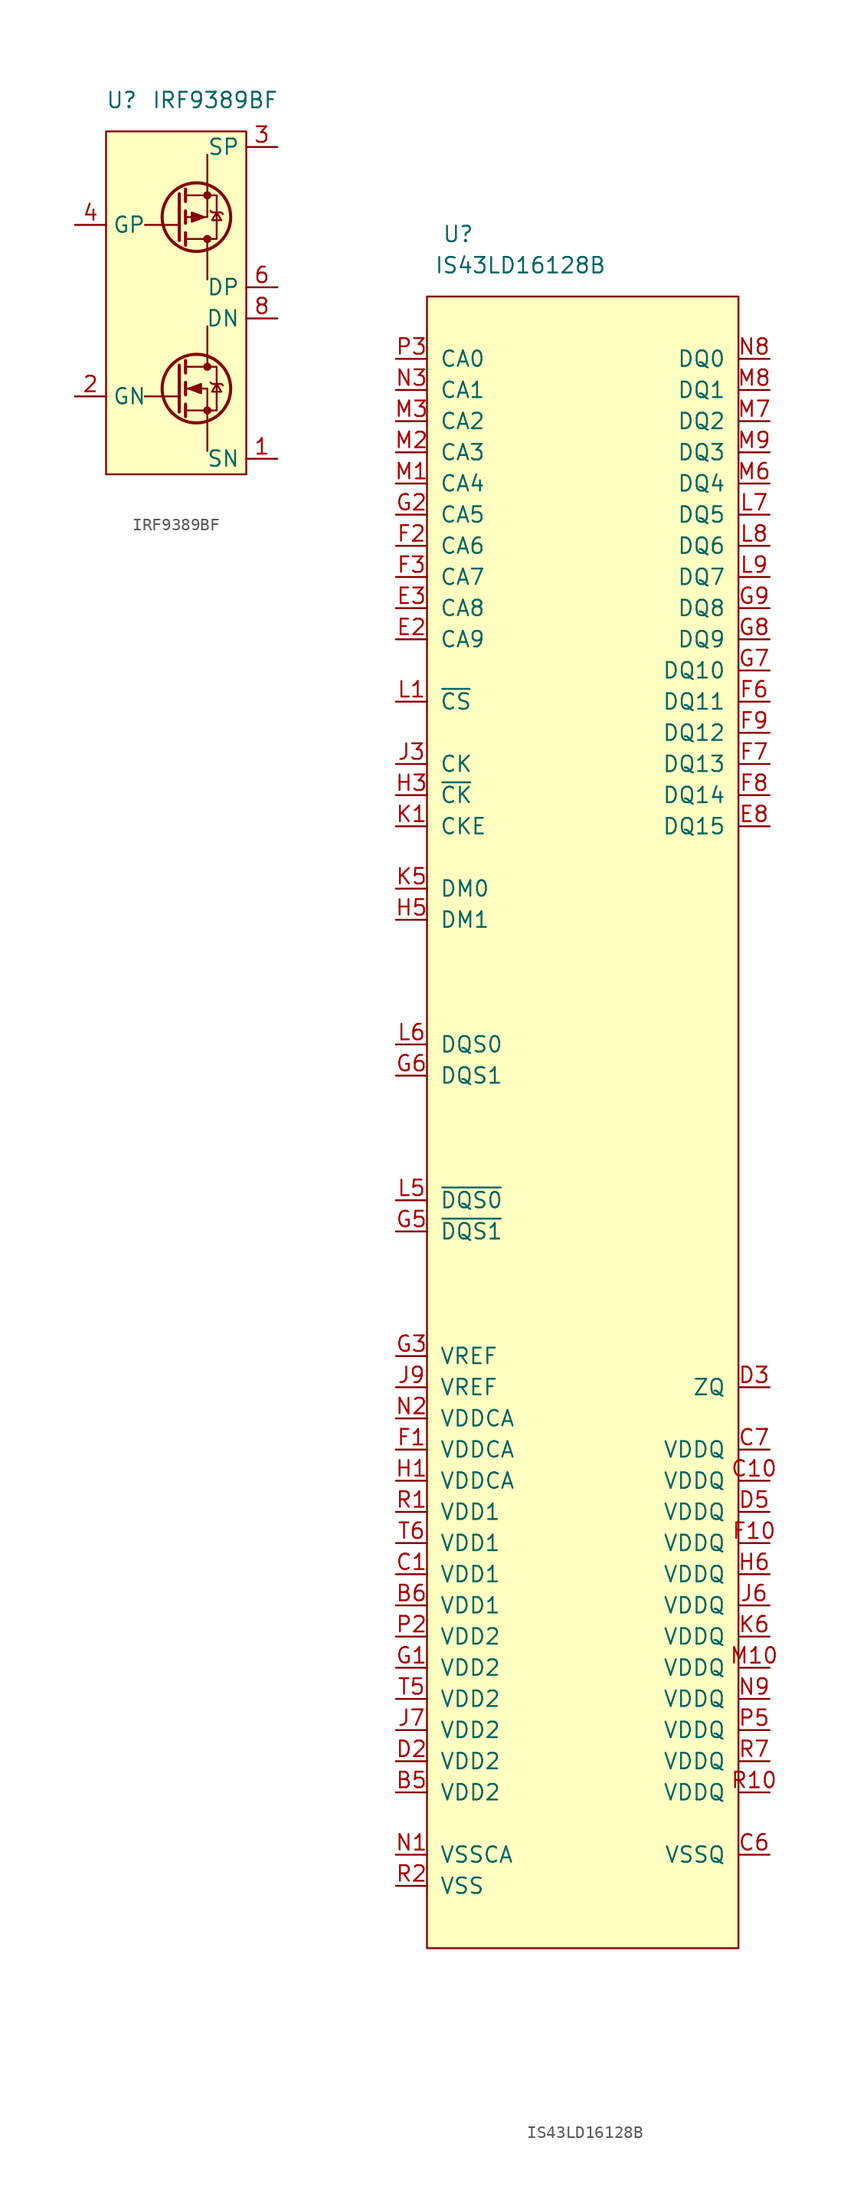
<source format=kicad_sym>
(kicad_symbol_lib
  (version 20231120)
  (generator "kicad_symbol_editor")
  (generator_version "8.0")
  (symbol "IRF9389BF"
    (property "Reference" "U"
      (at 1.27 1.27 0)
      (effects (font (size 1.27 1.27))))
    (property "Value" "IRF9389BF"
      (at 8.89 1.27 0)
      (effects (font (size 1.27 1.27))))
    (symbol "IRF9389BF_0_1"
      (rectangle (start 0 -1.27) (end 11.43 -29.21) (stroke (width 0) (type default)) (fill (type background)))
      (polyline (pts (xy 3.15 -22.86) (xy 5.817 -22.86)) (stroke (width 0) (type default)) (fill (type none)))
      (polyline (pts (xy 3.175 -8.89) (xy 5.842 -8.89)) (stroke (width 0) (type default)) (fill (type none)))
      (polyline (pts (xy 5.969 -20.32) (xy 5.969 -24.13)) (stroke (width 0.254) (type default)) (fill (type none)))
      (polyline (pts (xy 5.969 -10.16) (xy 5.969 -6.35)) (stroke (width 0.254) (type default)) (fill (type none)))
      (polyline (pts (xy 6.477 -23.495) (xy 6.477 -24.511)) (stroke (width 0.254) (type default)) (fill (type none)))
      (polyline (pts (xy 6.477 -21.717) (xy 6.477 -22.733)) (stroke (width 0.254) (type default)) (fill (type none)))
      (polyline (pts (xy 6.477 -19.939) (xy 6.477 -20.955)) (stroke (width 0.254) (type default)) (fill (type none)))
      (polyline (pts (xy 6.477 -10.541) (xy 6.477 -9.525)) (stroke (width 0.254) (type default)) (fill (type none)))
      (polyline (pts (xy 6.477 -8.763) (xy 6.477 -7.747)) (stroke (width 0.254) (type default)) (fill (type none)))
      (polyline (pts (xy 6.477 -6.985) (xy 6.477 -5.969)) (stroke (width 0.254) (type default)) (fill (type none)))
      (polyline (pts (xy 8.255 -24.765) (xy 8.255 -27.305)) (stroke (width 0) (type default)) (fill (type none)))
      (polyline (pts (xy 8.255 -19.685) (xy 8.255 -20.447)) (stroke (width 0) (type default)) (fill (type none)))
      (polyline (pts (xy 8.255 -19.685) (xy 8.255 -17.145)) (stroke (width 0) (type default)) (fill (type none)))
      (polyline (pts (xy 8.255 -10.795) (xy 8.255 -13.335)) (stroke (width 0) (type default)) (fill (type none)))
      (polyline (pts (xy 8.255 -10.795) (xy 8.255 -10.033)) (stroke (width 0) (type default)) (fill (type none)))
      (polyline (pts (xy 8.255 -5.715) (xy 8.255 -3.175)) (stroke (width 0) (type default)) (fill (type none)))
      (polyline (pts (xy 8.255 -24.765) (xy 8.255 -22.225) (xy 6.477 -22.225)) (stroke (width 0) (type default)) (fill (type none)))
      (polyline (pts (xy 8.255 -5.715) (xy 8.255 -8.255) (xy 6.477 -8.255)) (stroke (width 0) (type default)) (fill (type none)))
      (polyline (pts (xy 6.477 -24.003) (xy 9.017 -24.003) (xy 9.017 -20.447) (xy 6.477 -20.447)) (stroke (width 0) (type default)) (fill (type none)))
      (polyline (pts (xy 6.477 -10.033) (xy 9.017 -10.033) (xy 9.017 -6.477) (xy 6.477 -6.477)) (stroke (width 0) (type default)) (fill (type none)))
      (polyline (pts (xy 6.731 -22.225) (xy 7.747 -21.844) (xy 7.747 -22.606) (xy 6.731 -22.225)) (stroke (width 0) (type default)) (fill (type outline)))
      (polyline (pts (xy 8.001 -8.255) (xy 6.985 -8.636) (xy 6.985 -7.874) (xy 8.001 -8.255)) (stroke (width 0) (type default)) (fill (type outline)))
      (polyline (pts (xy 8.509 -21.717) (xy 8.636 -21.844) (xy 9.398 -21.844) (xy 9.525 -21.971)) (stroke (width 0) (type default)) (fill (type none)))
      (polyline (pts (xy 8.509 -7.747) (xy 8.636 -7.874) (xy 9.398 -7.874) (xy 9.525 -8.001)) (stroke (width 0) (type default)) (fill (type none)))
      (polyline (pts (xy 9.017 -21.844) (xy 8.636 -22.479) (xy 9.398 -22.479) (xy 9.017 -21.844)) (stroke (width 0) (type default)) (fill (type none)))
      (polyline (pts (xy 9.017 -7.874) (xy 8.636 -8.509) (xy 9.398 -8.509) (xy 9.017 -7.874)) (stroke (width 0) (type default)) (fill (type none)))
      (circle (center 7.366 -22.225) (radius 2.794) (stroke (width 0.254) (type default)) (fill (type none)))
      (circle (center 7.366 -8.255) (radius 2.794) (stroke (width 0.254) (type default)) (fill (type none)))
      (circle (center 8.255 -24.003) (radius 0.254) (stroke (width 0) (type default)) (fill (type outline)))
      (circle (center 8.255 -20.447) (radius 0.254) (stroke (width 0) (type default)) (fill (type outline)))
      (circle (center 8.255 -10.033) (radius 0.254) (stroke (width 0) (type default)) (fill (type outline)))
      (circle (center 8.255 -6.477) (radius 0.254) (stroke (width 0) (type default)) (fill (type outline))))
    (symbol "IRF9389BF_1_1"
      (pin bidirectional line (at 13.97 -27.94 180) (length 2.54) (name "SN" (effects (font (size 1.27 1.27)))) (number "1" (effects (font (size 1.27 1.27)))))
      (pin input line (at -2.54 -22.86 0) (length 2.54) (name "GN" (effects (font (size 1.27 1.27)))) (number "2" (effects (font (size 1.27 1.27)))))
      (pin bidirectional line (at 13.97 -2.54 180) (length 2.54) (name "SP" (effects (font (size 1.27 1.27)))) (number "3" (effects (font (size 1.27 1.27)))))
      (pin input line (at -2.54 -8.89 0) (length 2.54) (name "GP" (effects (font (size 1.27 1.27)))) (number "4" (effects (font (size 1.27 1.27)))))
      (pin bidirectional line (at 13.97 -13.97 180) (length 2.54) hide (name "DP" (effects (font (size 1.27 1.27)))) (number "5" (effects (font (size 1.27 1.27)))))
      (pin bidirectional line (at 13.97 -13.97 180) (length 2.54) (name "DP" (effects (font (size 1.27 1.27)))) (number "6" (effects (font (size 1.27 1.27)))))
      (pin bidirectional line (at 13.97 -16.51 180) (length 2.54) hide (name "DN" (effects (font (size 1.27 1.27)))) (number "7" (effects (font (size 1.27 1.27)))))
      (pin bidirectional line (at 13.97 -16.51 180) (length 2.54) (name "DN" (effects (font (size 1.27 1.27)))) (number "8" (effects (font (size 1.27 1.27)))))))
  (symbol "IS43LD16128B"
    (pin_names
      (offset 1.016))
    (property "Reference" "U"
      (at -10.16 25.4 0)
      (effects (font (size 1.27 1.27))))
    (property "Value" "IS43LD16128B"
      (at -5.08 22.86 0)
      (effects (font (size 1.27 1.27))))
    (symbol "IS43LD16128B_0_1"
      (rectangle (start -12.7 20.32) (end 12.7 -114.3) (stroke (width 0) (type default)) (fill (type background))))
    (symbol "IS43LD16128B_1_1"
      (pin power_in line (at -15.24 -101.6 0) (length 2.54) (name "VDD2" (effects (font (size 1.27 1.27)))) (number "B5" (effects (font (size 1.27 1.27)))))
      (pin power_in line (at -15.24 -86.36 0) (length 2.54) (name "VDD1" (effects (font (size 1.27 1.27)))) (number "B6" (effects (font (size 1.27 1.27)))))
      (pin power_in line (at -15.24 -83.82 0) (length 2.54) (name "VDD1" (effects (font (size 1.27 1.27)))) (number "C1" (effects (font (size 1.27 1.27)))))
      (pin power_in line (at 15.24 -76.2 180) (length 2.54) (name "VDDQ" (effects (font (size 1.27 1.27)))) (number "C10" (effects (font (size 1.27 1.27)))))
      (pin power_in line (at -15.24 -109.22 0) (length 2.54) hide (name "VSS" (effects (font (size 1.27 1.27)))) (number "C2" (effects (font (size 1.27 1.27)))))
      (pin power_in line (at -15.24 -109.22 0) (length 2.54) hide (name "VSS" (effects (font (size 1.27 1.27)))) (number "C5" (effects (font (size 1.27 1.27)))))
      (pin power_in line (at 15.24 -106.68 180) (length 2.54) (name "VSSQ" (effects (font (size 1.27 1.27)))) (number "C6" (effects (font (size 1.27 1.27)))))
      (pin power_in line (at 15.24 -73.66 180) (length 2.54) (name "VDDQ" (effects (font (size 1.27 1.27)))) (number "C7" (effects (font (size 1.27 1.27)))))
      (pin power_in line (at 15.24 -106.68 180) (length 2.54) hide (name "VSSQ" (effects (font (size 1.27 1.27)))) (number "C9" (effects (font (size 1.27 1.27)))))
      (pin power_in line (at -15.24 -109.22 0) (length 2.54) hide (name "VSS" (effects (font (size 1.27 1.27)))) (number "D1" (effects (font (size 1.27 1.27)))))
      (pin power_in line (at 15.24 -106.68 180) (length 2.54) hide (name "VSSQ" (effects (font (size 1.27 1.27)))) (number "D10" (effects (font (size 1.27 1.27)))))
      (pin power_in line (at -15.24 -99.06 0) (length 2.54) (name "VDD2" (effects (font (size 1.27 1.27)))) (number "D2" (effects (font (size 1.27 1.27)))))
      (pin power_in line (at 15.24 -68.58 180) (length 2.54) (name "ZQ" (effects (font (size 1.27 1.27)))) (number "D3" (effects (font (size 1.27 1.27)))))
      (pin power_in line (at 15.24 -78.74 180) (length 2.54) (name "VDDQ" (effects (font (size 1.27 1.27)))) (number "D5" (effects (font (size 1.27 1.27)))))
      (pin power_in line (at -15.24 -106.68 0) (length 2.54) hide (name "VSSCA" (effects (font (size 1.27 1.27)))) (number "E1" (effects (font (size 1.27 1.27)))))
      (pin input line (at -15.24 -7.62 0) (length 2.54) (name "CA9" (effects (font (size 1.27 1.27)))) (number "E2" (effects (font (size 1.27 1.27)))))
      (pin input line (at -15.24 -5.08 0) (length 2.54) (name "CA8" (effects (font (size 1.27 1.27)))) (number "E3" (effects (font (size 1.27 1.27)))))
      (pin bidirectional line (at 15.24 -22.86 180) (length 2.54) (name "DQ15" (effects (font (size 1.27 1.27)))) (number "E8" (effects (font (size 1.27 1.27)))))
      (pin power_in line (at -15.24 -73.66 0) (length 2.54) (name "VDDCA" (effects (font (size 1.27 1.27)))) (number "F1" (effects (font (size 1.27 1.27)))))
      (pin power_in line (at 15.24 -81.28 180) (length 2.54) (name "VDDQ" (effects (font (size 1.27 1.27)))) (number "F10" (effects (font (size 1.27 1.27)))))
      (pin input line (at -15.24 0 0) (length 2.54) (name "CA6" (effects (font (size 1.27 1.27)))) (number "F2" (effects (font (size 1.27 1.27)))))
      (pin input line (at -15.24 -2.54 0) (length 2.54) (name "CA7" (effects (font (size 1.27 1.27)))) (number "F3" (effects (font (size 1.27 1.27)))))
      (pin power_in line (at 15.24 -106.68 180) (length 2.54) hide (name "VSSQ" (effects (font (size 1.27 1.27)))) (number "F5" (effects (font (size 1.27 1.27)))))
      (pin bidirectional line (at 15.24 -12.7 180) (length 2.54) (name "DQ11" (effects (font (size 1.27 1.27)))) (number "F6" (effects (font (size 1.27 1.27)))))
      (pin bidirectional line (at 15.24 -17.78 180) (length 2.54) (name "DQ13" (effects (font (size 1.27 1.27)))) (number "F7" (effects (font (size 1.27 1.27)))))
      (pin bidirectional line (at 15.24 -20.32 180) (length 2.54) (name "DQ14" (effects (font (size 1.27 1.27)))) (number "F8" (effects (font (size 1.27 1.27)))))
      (pin bidirectional line (at 15.24 -15.24 180) (length 2.54) (name "DQ12" (effects (font (size 1.27 1.27)))) (number "F9" (effects (font (size 1.27 1.27)))))
      (pin power_in line (at -15.24 -91.44 0) (length 2.54) (name "VDD2" (effects (font (size 1.27 1.27)))) (number "G1" (effects (font (size 1.27 1.27)))))
      (pin power_in line (at 15.24 -106.68 180) (length 2.54) hide (name "VSSQ" (effects (font (size 1.27 1.27)))) (number "G10" (effects (font (size 1.27 1.27)))))
      (pin input line (at -15.24 2.54 0) (length 2.54) (name "CA5" (effects (font (size 1.27 1.27)))) (number "G2" (effects (font (size 1.27 1.27)))))
      (pin power_in line (at -15.24 -66.04 0) (length 2.54) (name "VREF" (effects (font (size 1.27 1.27)))) (number "G3" (effects (font (size 1.27 1.27)))))
      (pin input line (at -15.24 -55.88 0) (length 2.54) (name "~{DQS1}" (effects (font (size 1.27 1.27)))) (number "G5" (effects (font (size 1.27 1.27)))))
      (pin input line (at -15.24 -43.18 0) (length 2.54) (name "DQS1" (effects (font (size 1.27 1.27)))) (number "G6" (effects (font (size 1.27 1.27)))))
      (pin bidirectional line (at 15.24 -10.16 180) (length 2.54) (name "DQ10" (effects (font (size 1.27 1.27)))) (number "G7" (effects (font (size 1.27 1.27)))))
      (pin bidirectional line (at 15.24 -7.62 180) (length 2.54) (name "DQ9" (effects (font (size 1.27 1.27)))) (number "G8" (effects (font (size 1.27 1.27)))))
      (pin bidirectional line (at 15.24 -5.08 180) (length 2.54) (name "DQ8" (effects (font (size 1.27 1.27)))) (number "G9" (effects (font (size 1.27 1.27)))))
      (pin power_in line (at -15.24 -76.2 0) (length 2.54) (name "VDDCA" (effects (font (size 1.27 1.27)))) (number "H1" (effects (font (size 1.27 1.27)))))
      (pin power_in line (at -15.24 -109.22 0) (length 2.54) hide (name "VSS" (effects (font (size 1.27 1.27)))) (number "H2" (effects (font (size 1.27 1.27)))))
      (pin input line (at -15.24 -20.32 0) (length 2.54) (name "~{CK}" (effects (font (size 1.27 1.27)))) (number "H3" (effects (font (size 1.27 1.27)))))
      (pin input line (at -15.24 -30.48 0) (length 2.54) (name "DM1" (effects (font (size 1.27 1.27)))) (number "H5" (effects (font (size 1.27 1.27)))))
      (pin power_in line (at 15.24 -83.82 180) (length 2.54) (name "VDDQ" (effects (font (size 1.27 1.27)))) (number "H6" (effects (font (size 1.27 1.27)))))
      (pin power_in line (at -15.24 -106.68 0) (length 2.54) hide (name "VSSCA" (effects (font (size 1.27 1.27)))) (number "J1" (effects (font (size 1.27 1.27)))))
      (pin input line (at -15.24 -17.78 0) (length 2.54) (name "CK" (effects (font (size 1.27 1.27)))) (number "J3" (effects (font (size 1.27 1.27)))))
      (pin power_in line (at 15.24 -106.68 180) (length 2.54) hide (name "VSSQ" (effects (font (size 1.27 1.27)))) (number "J5" (effects (font (size 1.27 1.27)))))
      (pin power_in line (at 15.24 -86.36 180) (length 2.54) (name "VDDQ" (effects (font (size 1.27 1.27)))) (number "J6" (effects (font (size 1.27 1.27)))))
      (pin power_in line (at -15.24 -96.52 0) (length 2.54) (name "VDD2" (effects (font (size 1.27 1.27)))) (number "J7" (effects (font (size 1.27 1.27)))))
      (pin power_in line (at -15.24 -109.22 0) (length 2.54) hide (name "VSS" (effects (font (size 1.27 1.27)))) (number "J8" (effects (font (size 1.27 1.27)))))
      (pin power_in line (at -15.24 -68.58 0) (length 2.54) (name "VREF" (effects (font (size 1.27 1.27)))) (number "J9" (effects (font (size 1.27 1.27)))))
      (pin input line (at -15.24 -22.86 0) (length 2.54) (name "CKE" (effects (font (size 1.27 1.27)))) (number "K1" (effects (font (size 1.27 1.27)))))
      (pin input line (at -15.24 -27.94 0) (length 2.54) (name "DM0" (effects (font (size 1.27 1.27)))) (number "K5" (effects (font (size 1.27 1.27)))))
      (pin power_in line (at 15.24 -88.9 180) (length 2.54) (name "VDDQ" (effects (font (size 1.27 1.27)))) (number "K6" (effects (font (size 1.27 1.27)))))
      (pin input line (at -15.24 -12.7 0) (length 2.54) (name "~{CS}" (effects (font (size 1.27 1.27)))) (number "L1" (effects (font (size 1.27 1.27)))))
      (pin power_in line (at 15.24 -106.68 180) (length 2.54) hide (name "VSSQ" (effects (font (size 1.27 1.27)))) (number "L10" (effects (font (size 1.27 1.27)))))
      (pin input line (at -15.24 -53.34 0) (length 2.54) (name "~{DQS0}" (effects (font (size 1.27 1.27)))) (number "L5" (effects (font (size 1.27 1.27)))))
      (pin input line (at -15.24 -40.64 0) (length 2.54) (name "DQS0" (effects (font (size 1.27 1.27)))) (number "L6" (effects (font (size 1.27 1.27)))))
      (pin bidirectional line (at 15.24 2.54 180) (length 2.54) (name "DQ5" (effects (font (size 1.27 1.27)))) (number "L7" (effects (font (size 1.27 1.27)))))
      (pin bidirectional line (at 15.24 0 180) (length 2.54) (name "DQ6" (effects (font (size 1.27 1.27)))) (number "L8" (effects (font (size 1.27 1.27)))))
      (pin bidirectional line (at 15.24 -2.54 180) (length 2.54) (name "DQ7" (effects (font (size 1.27 1.27)))) (number "L9" (effects (font (size 1.27 1.27)))))
      (pin input line (at -15.24 5.08 0) (length 2.54) (name "CA4" (effects (font (size 1.27 1.27)))) (number "M1" (effects (font (size 1.27 1.27)))))
      (pin power_in line (at 15.24 -91.44 180) (length 2.54) (name "VDDQ" (effects (font (size 1.27 1.27)))) (number "M10" (effects (font (size 1.27 1.27)))))
      (pin input line (at -15.24 7.62 0) (length 2.54) (name "CA3" (effects (font (size 1.27 1.27)))) (number "M2" (effects (font (size 1.27 1.27)))))
      (pin input line (at -15.24 10.16 0) (length 2.54) (name "CA2" (effects (font (size 1.27 1.27)))) (number "M3" (effects (font (size 1.27 1.27)))))
      (pin power_in line (at 15.24 -106.68 180) (length 2.54) hide (name "VSSQ" (effects (font (size 1.27 1.27)))) (number "M5" (effects (font (size 1.27 1.27)))))
      (pin bidirectional line (at 15.24 5.08 180) (length 2.54) (name "DQ4" (effects (font (size 1.27 1.27)))) (number "M6" (effects (font (size 1.27 1.27)))))
      (pin bidirectional line (at 15.24 10.16 180) (length 2.54) (name "DQ2" (effects (font (size 1.27 1.27)))) (number "M7" (effects (font (size 1.27 1.27)))))
      (pin bidirectional line (at 15.24 12.7 180) (length 2.54) (name "DQ1" (effects (font (size 1.27 1.27)))) (number "M8" (effects (font (size 1.27 1.27)))))
      (pin bidirectional line (at 15.24 7.62 180) (length 2.54) (name "DQ3" (effects (font (size 1.27 1.27)))) (number "M9" (effects (font (size 1.27 1.27)))))
      (pin power_in line (at -15.24 -106.68 0) (length 2.54) (name "VSSCA" (effects (font (size 1.27 1.27)))) (number "N1" (effects (font (size 1.27 1.27)))))
      (pin power_in line (at 15.24 -106.68 180) (length 2.54) hide (name "VSSQ" (effects (font (size 1.27 1.27)))) (number "N10" (effects (font (size 1.27 1.27)))))
      (pin power_in line (at -15.24 -71.12 0) (length 2.54) (name "VDDCA" (effects (font (size 1.27 1.27)))) (number "N2" (effects (font (size 1.27 1.27)))))
      (pin input line (at -15.24 12.7 0) (length 2.54) (name "CA1" (effects (font (size 1.27 1.27)))) (number "N3" (effects (font (size 1.27 1.27)))))
      (pin bidirectional line (at 15.24 15.24 180) (length 2.54) (name "DQ0" (effects (font (size 1.27 1.27)))) (number "N8" (effects (font (size 1.27 1.27)))))
      (pin power_in line (at 15.24 -93.98 180) (length 2.54) (name "VDDQ" (effects (font (size 1.27 1.27)))) (number "N9" (effects (font (size 1.27 1.27)))))
      (pin power_in line (at -15.24 -109.22 0) (length 2.54) hide (name "VSS" (effects (font (size 1.27 1.27)))) (number "P1" (effects (font (size 1.27 1.27)))))
      (pin power_in line (at 15.24 -106.68 180) (length 2.54) hide (name "VSSQ" (effects (font (size 1.27 1.27)))) (number "P10" (effects (font (size 1.27 1.27)))))
      (pin power_in line (at -15.24 -88.9 0) (length 2.54) (name "VDD2" (effects (font (size 1.27 1.27)))) (number "P2" (effects (font (size 1.27 1.27)))))
      (pin input line (at -15.24 15.24 0) (length 2.54) (name "CA0" (effects (font (size 1.27 1.27)))) (number "P3" (effects (font (size 1.27 1.27)))))
      (pin power_in line (at 15.24 -96.52 180) (length 2.54) (name "VDDQ" (effects (font (size 1.27 1.27)))) (number "P5" (effects (font (size 1.27 1.27)))))
      (pin power_in line (at -15.24 -78.74 0) (length 2.54) (name "VDD1" (effects (font (size 1.27 1.27)))) (number "R1" (effects (font (size 1.27 1.27)))))
      (pin power_in line (at 15.24 -101.6 180) (length 2.54) (name "VDDQ" (effects (font (size 1.27 1.27)))) (number "R10" (effects (font (size 1.27 1.27)))))
      (pin power_in line (at -15.24 -109.22 0) (length 2.54) (name "VSS" (effects (font (size 1.27 1.27)))) (number "R2" (effects (font (size 1.27 1.27)))))
      (pin power_in line (at -15.24 -109.22 0) (length 2.54) hide (name "VSS" (effects (font (size 1.27 1.27)))) (number "R5" (effects (font (size 1.27 1.27)))))
      (pin power_in line (at 15.24 -106.68 180) (length 2.54) hide (name "VSSQ" (effects (font (size 1.27 1.27)))) (number "R6" (effects (font (size 1.27 1.27)))))
      (pin power_in line (at 15.24 -99.06 180) (length 2.54) (name "VDDQ" (effects (font (size 1.27 1.27)))) (number "R7" (effects (font (size 1.27 1.27)))))
      (pin power_in line (at 15.24 -106.68 180) (length 2.54) hide (name "VSSQ" (effects (font (size 1.27 1.27)))) (number "R9" (effects (font (size 1.27 1.27)))))
      (pin power_in line (at -15.24 -93.98 0) (length 2.54) (name "VDD2" (effects (font (size 1.27 1.27)))) (number "T5" (effects (font (size 1.27 1.27)))))
      (pin power_in line (at -15.24 -81.28 0) (length 2.54) (name "VDD1" (effects (font (size 1.27 1.27)))) (number "T6" (effects (font (size 1.27 1.27))))))))
</source>
